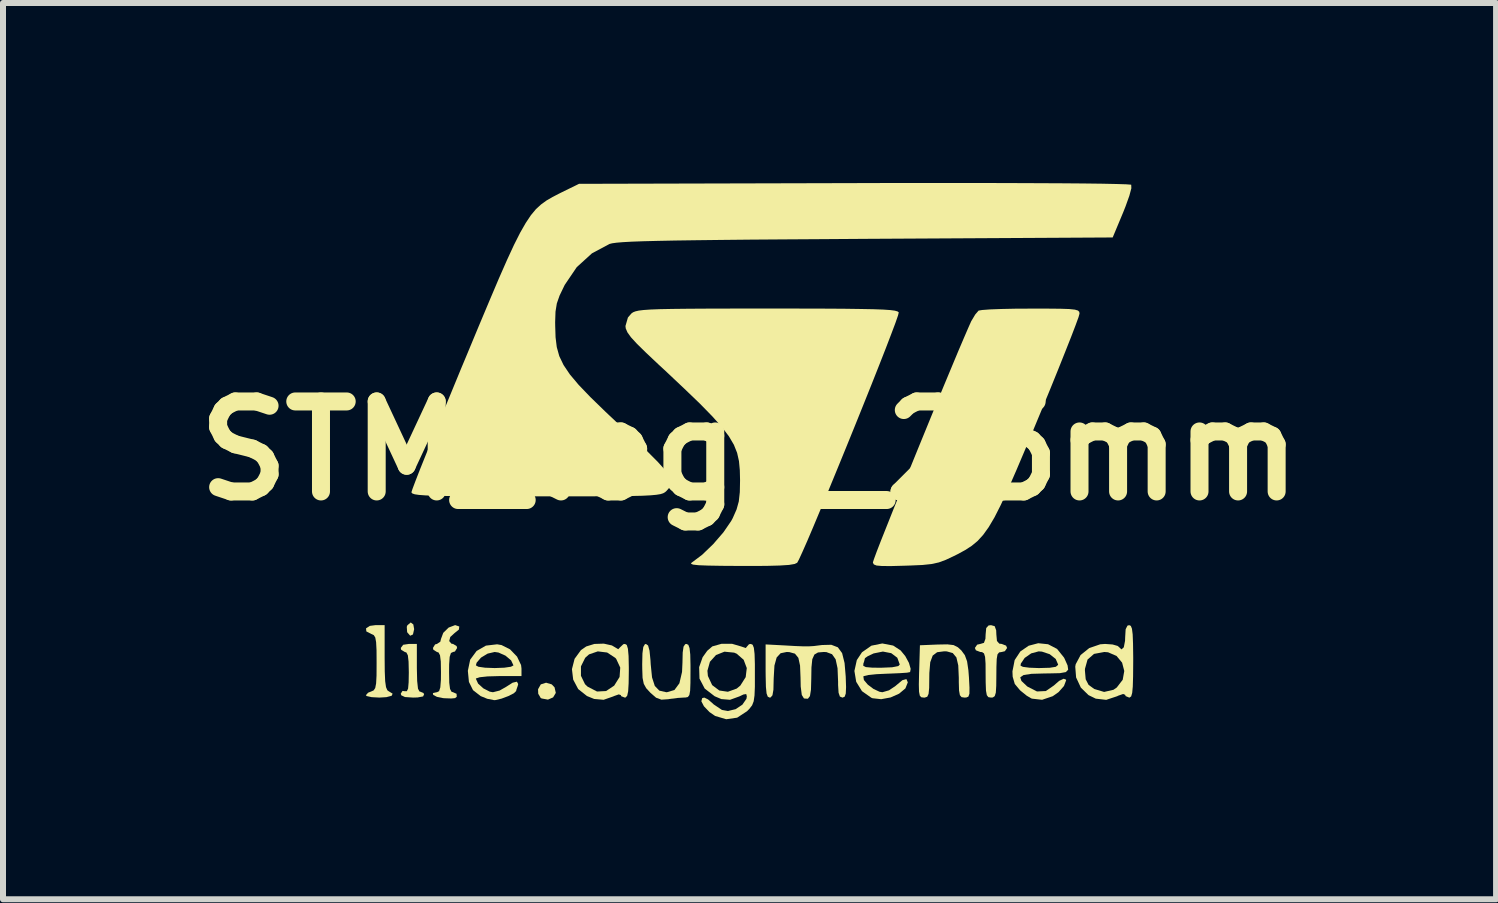
<source format=kicad_pcb>
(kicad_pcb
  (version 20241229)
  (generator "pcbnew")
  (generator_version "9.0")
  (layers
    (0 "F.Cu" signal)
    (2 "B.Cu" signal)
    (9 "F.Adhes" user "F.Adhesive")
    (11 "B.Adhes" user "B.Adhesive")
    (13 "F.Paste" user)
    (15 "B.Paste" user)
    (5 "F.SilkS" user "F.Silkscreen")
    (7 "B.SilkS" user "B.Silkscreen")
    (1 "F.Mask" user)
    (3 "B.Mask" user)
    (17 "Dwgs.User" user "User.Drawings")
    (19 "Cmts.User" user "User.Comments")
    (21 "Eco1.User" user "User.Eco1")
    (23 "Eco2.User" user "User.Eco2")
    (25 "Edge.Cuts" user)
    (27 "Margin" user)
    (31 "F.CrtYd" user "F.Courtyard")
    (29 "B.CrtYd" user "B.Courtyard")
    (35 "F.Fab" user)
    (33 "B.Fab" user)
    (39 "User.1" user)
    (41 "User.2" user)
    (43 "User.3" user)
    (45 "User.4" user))
  (footprint "STM_logo_25mm"
    (layer "F.Cu")
    (at 9.443 4.463)
    (property "Reference" "STM_logo_25mm" (at 0 0 0) (layer "F.SilkS") (effects (font (size 1.5 1.5) (thickness 0.3))))
    (attr board_only exclude_from_pos_files exclude_from_bom)
    (fp_poly (pts (xy -5.604 2.895) (xy -5.59 2.974) (xy -5.61 3.062) (xy -5.656 3.083) (xy -5.704 3.028) (xy -5.707 3.021) (xy -5.713 2.935) (xy -5.703 2.909) (xy -5.647 2.862)) (stroke (width 0) (type solid)) (fill yes) (layer "F.SilkS"))
    (fp_poly (pts (xy -3.297 3.894) (xy -3.25 3.943) (xy -3.229 4.036) (xy -3.274 4.111) (xy -3.36 4.148) (xy -3.464 4.129) (xy -3.481 4.12) (xy -3.522 4.05) (xy -3.525 3.975) (xy -3.479 3.894) (xy -3.391 3.866)) (stroke (width 0) (type solid)) (fill yes) (layer "F.SilkS"))
    (fp_poly (pts (xy -5.545 3.622) (xy -5.54 3.837) (xy -5.526 3.966) (xy -5.501 4.013) (xy -5.495 4.013) (xy -5.436 4.037) (xy -5.424 4.058) (xy -5.441 4.095) (xy -5.533 4.112) (xy -5.608 4.114) (xy -5.743 4.105) (xy -5.805 4.076) (xy -5.813 4.048) (xy -5.784 4.003) (xy -5.746 4.008) (xy -5.712 4.008) (xy -5.691 3.964) (xy -5.682 3.861) (xy -5.679 3.694) (xy -5.683 3.516) (xy -5.695 3.41) (xy -5.72 3.362) (xy -5.746 3.354) (xy -5.806 3.318) (xy -5.813 3.287) (xy -5.773 3.234) (xy -5.679 3.22) (xy -5.545 3.22)) (stroke (width 0) (type solid)) (fill yes) (layer "F.SilkS"))
    (fp_poly (pts (xy -6.082 3.445) (xy -6.08 3.68) (xy -6.073 3.841) (xy -6.059 3.94) (xy -6.037 3.992) (xy -6.015 4.008) (xy -5.949 4.049) (xy -5.965 4.084) (xy -6.053 4.107) (xy -6.171 4.114) (xy -6.299 4.107) (xy -6.38 4.089) (xy -6.395 4.075) (xy -6.358 4.033) (xy -6.305 4.012) (xy -6.265 3.994) (xy -6.239 3.955) (xy -6.224 3.878) (xy -6.217 3.746) (xy -6.216 3.542) (xy -6.216 3.533) (xy -6.217 3.326) (xy -6.224 3.191) (xy -6.238 3.113) (xy -6.263 3.073) (xy -6.303 3.054) (xy -6.305 3.054) (xy -6.387 3.011) (xy -6.392 2.96) (xy -6.329 2.919) (xy -6.238 2.907) (xy -6.082 2.907)) (stroke (width 0) (type solid)) (fill yes) (layer "F.SilkS"))
    (fp_poly (pts (xy 4.086 2.924) (xy 4.111 2.993) (xy 4.114 3.063) (xy 4.124 3.171) (xy 4.163 3.215) (xy 4.204 3.22) (xy 4.276 3.248) (xy 4.293 3.287) (xy 4.256 3.341) (xy 4.204 3.354) (xy 4.16 3.361) (xy 4.133 3.394) (xy 4.12 3.47) (xy 4.115 3.607) (xy 4.114 3.734) (xy 4.112 3.919) (xy 4.105 4.032) (xy 4.087 4.09) (xy 4.055 4.112) (xy 4.025 4.114) (xy 3.981 4.107) (xy 3.955 4.074) (xy 3.941 3.998) (xy 3.936 3.861) (xy 3.935 3.734) (xy 3.934 3.549) (xy 3.926 3.436) (xy 3.908 3.378) (xy 3.876 3.356) (xy 3.846 3.354) (xy 3.773 3.326) (xy 3.756 3.287) (xy 3.794 3.232) (xy 3.846 3.22) (xy 3.907 3.202) (xy 3.932 3.134) (xy 3.935 3.063) (xy 3.945 2.955) (xy 3.984 2.912) (xy 4.025 2.907)) (stroke (width 0) (type solid)) (fill yes) (layer "F.SilkS"))
    (fp_poly (pts (xy 3.401 3.239) (xy 3.472 3.275) (xy 3.531 3.329) (xy 3.589 3.408) (xy 3.626 3.51) (xy 3.648 3.661) (xy 3.657 3.777) (xy 3.666 3.948) (xy 3.665 4.049) (xy 3.648 4.098) (xy 3.612 4.113) (xy 3.583 4.114) (xy 3.534 4.107) (xy 3.506 4.074) (xy 3.492 3.997) (xy 3.488 3.855) (xy 3.488 3.784) (xy 3.479 3.578) (xy 3.448 3.445) (xy 3.387 3.372) (xy 3.287 3.344) (xy 3.242 3.343) (xy 3.127 3.358) (xy 3.053 3.414) (xy 3.012 3.524) (xy 2.997 3.704) (xy 2.996 3.784) (xy 2.994 3.954) (xy 2.984 4.053) (xy 2.962 4.1) (xy 2.921 4.114) (xy 2.905 4.114) (xy 2.863 4.109) (xy 2.838 4.082) (xy 2.825 4.016) (xy 2.822 3.897) (xy 2.826 3.706) (xy 2.827 3.678) (xy 2.84 3.242) (xy 3.133 3.23) (xy 3.297 3.227)) (stroke (width 0) (type solid)) (fill yes) (layer "F.SilkS"))
    (fp_poly (pts (xy -1.02 3.235) (xy -1 3.289) (xy -0.988 3.397) (xy -0.984 3.574) (xy -0.984 3.666) (xy -0.985 3.869) (xy -0.99 3.999) (xy -1.003 4.072) (xy -1.028 4.105) (xy -1.068 4.113) (xy -1.084 4.113) (xy -1.197 4.12) (xy -1.338 4.138) (xy -1.351 4.141) (xy -1.469 4.149) (xy -1.558 4.116) (xy -1.653 4.033) (xy -1.723 3.957) (xy -1.763 3.884) (xy -1.783 3.786) (xy -1.788 3.638) (xy -1.789 3.559) (xy -1.785 3.377) (xy -1.771 3.271) (xy -1.744 3.225) (xy -1.727 3.22) (xy -1.691 3.246) (xy -1.667 3.332) (xy -1.651 3.49) (xy -1.647 3.56) (xy -1.625 3.778) (xy -1.579 3.92) (xy -1.504 3.998) (xy -1.391 4.024) (xy -1.378 4.025) (xy -1.252 3.988) (xy -1.169 3.876) (xy -1.125 3.687) (xy -1.118 3.533) (xy -1.114 3.363) (xy -1.1 3.265) (xy -1.072 3.224) (xy -1.051 3.22)) (stroke (width 0) (type solid)) (fill yes) (layer "F.SilkS"))
    (fp_poly (pts (xy -4.838 2.929) (xy -4.844 2.98) (xy -4.919 3.041) (xy -4.919 3.041) (xy -4.988 3.104) (xy -5.006 3.172) (xy -4.968 3.216) (xy -4.941 3.22) (xy -4.882 3.256) (xy -4.874 3.287) (xy -4.91 3.346) (xy -4.941 3.354) (xy -4.977 3.371) (xy -4.998 3.435) (xy -5.007 3.561) (xy -5.008 3.689) (xy -5.005 3.866) (xy -4.992 3.97) (xy -4.967 4.017) (xy -4.941 4.025) (xy -4.883 4.051) (xy -4.88 4.101) (xy -4.908 4.123) (xy -4.971 4.129) (xy -5.083 4.125) (xy -5.109 4.123) (xy -5.21 4.102) (xy -5.272 4.07) (xy -5.278 4.039) (xy -5.216 4.025) (xy -5.21 4.025) (xy -5.174 4.007) (xy -5.154 3.944) (xy -5.144 3.818) (xy -5.143 3.689) (xy -5.146 3.512) (xy -5.159 3.409) (xy -5.184 3.362) (xy -5.21 3.354) (xy -5.269 3.318) (xy -5.277 3.287) (xy -5.241 3.228) (xy -5.21 3.22) (xy -5.154 3.183) (xy -5.143 3.137) (xy -5.105 3.035) (xy -5.015 2.947) (xy -4.909 2.907) (xy -4.904 2.907)) (stroke (width 0) (type solid)) (fill yes) (layer "F.SilkS"))
    (fp_poly (pts (xy -2.294 3.245) (xy -2.25 3.271) (xy -2.188 3.308) (xy -2.158 3.276) (xy -2.103 3.224) (xy -2.076 3.22) (xy -2.046 3.237) (xy -2.027 3.3) (xy -2.016 3.421) (xy -2.012 3.614) (xy -2.012 3.667) (xy -2.015 3.875) (xy -2.023 4.009) (xy -2.039 4.083) (xy -2.065 4.112) (xy -2.079 4.114) (xy -2.139 4.091) (xy -2.146 4.072) (xy -2.18 4.061) (xy -2.262 4.09) (xy -2.269 4.094) (xy -2.432 4.151) (xy -2.59 4.137) (xy -2.71 4.088) (xy -2.856 3.972) (xy -2.939 3.815) (xy -2.947 3.751) (xy -2.81 3.751) (xy -2.742 3.891) (xy -2.699 3.932) (xy -2.542 4.013) (xy -2.391 4.005) (xy -2.256 3.915) (xy -2.166 3.771) (xy -2.155 3.614) (xy -2.223 3.468) (xy -2.238 3.452) (xy -2.373 3.363) (xy -2.529 3.344) (xy -2.675 3.394) (xy -2.739 3.451) (xy -2.81 3.594) (xy -2.81 3.751) (xy -2.947 3.751) (xy -2.96 3.64) (xy -2.916 3.468) (xy -2.81 3.323) (xy -2.722 3.262) (xy -2.586 3.22) (xy -2.429 3.215)) (stroke (width 0) (type solid)) (fill yes) (layer "F.SilkS"))
    (fp_poly (pts (xy -4.133 3.239) (xy -3.992 3.31) (xy -3.875 3.431) (xy -3.808 3.572) (xy -3.801 3.629) (xy -3.801 3.756) (xy -4.181 3.756) (xy -4.366 3.761) (xy -4.497 3.775) (xy -4.559 3.795) (xy -4.561 3.801) (xy -4.524 3.881) (xy -4.436 3.961) (xy -4.33 4.015) (xy -4.277 4.025) (xy -4.166 3.997) (xy -4.057 3.935) (xy -3.949 3.866) (xy -3.877 3.849) (xy -3.856 3.888) (xy -3.863 3.917) (xy -3.887 3.987) (xy -3.89 4.005) (xy -3.928 4.042) (xy -4.02 4.089) (xy -4.132 4.131) (xy -4.231 4.155) (xy -4.257 4.157) (xy -4.372 4.134) (xy -4.482 4.089) (xy -4.609 3.99) (xy -4.677 3.853) (xy -4.695 3.668) (xy -4.676 3.577) (xy -4.561 3.577) (xy -4.52 3.6) (xy -4.409 3.616) (xy -4.249 3.622) (xy -4.248 3.622) (xy -4.088 3.616) (xy -3.977 3.6) (xy -3.935 3.578) (xy -3.935 3.577) (xy -3.974 3.494) (xy -4.068 3.415) (xy -4.185 3.363) (xy -4.248 3.354) (xy -4.365 3.381) (xy -4.476 3.448) (xy -4.549 3.533) (xy -4.561 3.577) (xy -4.676 3.577) (xy -4.656 3.482) (xy -4.549 3.337) (xy -4.394 3.248) (xy -4.207 3.226)) (stroke (width 0) (type solid)) (fill yes) (layer "F.SilkS"))
    (fp_poly (pts (xy 6.355 2.919) (xy 6.374 2.966) (xy 6.386 3.06) (xy 6.392 3.215) (xy 6.395 3.442) (xy 6.395 3.51) (xy 6.393 3.758) (xy 6.388 3.929) (xy 6.378 4.036) (xy 6.361 4.094) (xy 6.335 4.113) (xy 6.328 4.114) (xy 6.268 4.089) (xy 6.261 4.068) (xy 6.227 4.054) (xy 6.141 4.084) (xy 6.129 4.091) (xy 5.945 4.152) (xy 5.771 4.132) (xy 5.65 4.073) (xy 5.522 3.948) (xy 5.443 3.778) (xy 5.434 3.663) (xy 5.59 3.663) (xy 5.603 3.809) (xy 5.651 3.902) (xy 5.746 3.971) (xy 5.91 4.02) (xy 6.066 3.984) (xy 6.121 3.946) (xy 6.22 3.817) (xy 6.246 3.671) (xy 6.21 3.532) (xy 6.117 3.42) (xy 5.976 3.359) (xy 5.914 3.354) (xy 5.742 3.386) (xy 5.634 3.48) (xy 5.591 3.634) (xy 5.59 3.663) (xy 5.434 3.663) (xy 5.429 3.599) (xy 5.436 3.559) (xy 5.518 3.405) (xy 5.662 3.289) (xy 5.845 3.226) (xy 5.926 3.22) (xy 6.051 3.229) (xy 6.135 3.253) (xy 6.149 3.264) (xy 6.2 3.311) (xy 6.238 3.276) (xy 6.259 3.168) (xy 6.261 3.108) (xy 6.269 2.975) (xy 6.299 2.915) (xy 6.328 2.907)) (stroke (width 0) (type solid)) (fill yes) (layer "F.SilkS"))
    (fp_poly (pts (xy 2.394 3.247) (xy 2.518 3.328) (xy 2.596 3.423) (xy 2.657 3.536) (xy 2.686 3.636) (xy 2.676 3.689) (xy 2.625 3.699) (xy 2.508 3.707) (xy 2.346 3.714) (xy 2.289 3.716) (xy 2.116 3.724) (xy 1.981 3.738) (xy 1.905 3.756) (xy 1.897 3.762) (xy 1.906 3.821) (xy 1.971 3.898) (xy 2.066 3.97) (xy 2.167 4.017) (xy 2.214 4.025) (xy 2.325 3.993) (xy 2.436 3.918) (xy 2.441 3.913) (xy 2.548 3.824) (xy 2.615 3.806) (xy 2.638 3.86) (xy 2.598 3.961) (xy 2.493 4.049) (xy 2.351 4.112) (xy 2.194 4.141) (xy 2.051 4.125) (xy 2.03 4.117) (xy 1.874 4.007) (xy 1.778 3.851) (xy 1.748 3.67) (xy 1.767 3.585) (xy 1.896 3.585) (xy 1.939 3.606) (xy 2.041 3.615) (xy 2.187 3.617) (xy 2.377 3.609) (xy 2.481 3.588) (xy 2.504 3.563) (xy 2.463 3.45) (xy 2.362 3.374) (xy 2.223 3.347) (xy 2.069 3.378) (xy 2.066 3.379) (xy 1.971 3.424) (xy 1.924 3.457) (xy 1.923 3.46) (xy 1.909 3.515) (xy 1.897 3.549) (xy 1.896 3.585) (xy 1.767 3.585) (xy 1.788 3.489) (xy 1.874 3.359) (xy 2.031 3.249) (xy 2.213 3.212)) (stroke (width 0) (type solid)) (fill yes) (layer "F.SilkS"))
    (fp_poly (pts (xy 4.976 3.225) (xy 5.126 3.303) (xy 5.243 3.449) (xy 5.252 3.468) (xy 5.301 3.578) (xy 5.311 3.649) (xy 5.273 3.689) (xy 5.173 3.707) (xy 4.999 3.711) (xy 4.919 3.712) (xy 4.701 3.718) (xy 4.567 3.738) (xy 4.512 3.777) (xy 4.532 3.837) (xy 4.623 3.923) (xy 4.634 3.932) (xy 4.791 4.012) (xy 4.939 4.005) (xy 5.072 3.913) (xy 5.16 3.836) (xy 5.236 3.8) (xy 5.275 3.815) (xy 5.277 3.826) (xy 5.241 3.921) (xy 5.151 4.023) (xy 5.054 4.091) (xy 4.876 4.151) (xy 4.709 4.132) (xy 4.695 4.127) (xy 4.619 4.082) (xy 4.52 4.002) (xy 4.505 3.988) (xy 4.421 3.887) (xy 4.386 3.767) (xy 4.382 3.677) (xy 4.401 3.582) (xy 4.517 3.582) (xy 4.557 3.602) (xy 4.665 3.616) (xy 4.817 3.622) (xy 4.83 3.622) (xy 5.005 3.617) (xy 5.105 3.601) (xy 5.142 3.57) (xy 5.143 3.562) (xy 5.103 3.47) (xy 5.003 3.391) (xy 4.874 3.348) (xy 4.819 3.344) (xy 4.695 3.377) (xy 4.586 3.453) (xy 4.522 3.548) (xy 4.517 3.582) (xy 4.401 3.582) (xy 4.419 3.489) (xy 4.514 3.345) (xy 4.652 3.25) (xy 4.812 3.208)) (stroke (width 0) (type solid)) (fill yes) (layer "F.SilkS"))
    (fp_poly (pts (xy 0.57 3.244) (xy 0.765 3.255) (xy 0.896 3.26) (xy 0.99 3.26) (xy 1.072 3.255) (xy 1.167 3.243) (xy 1.208 3.238) (xy 1.363 3.234) (xy 1.472 3.276) (xy 1.543 3.373) (xy 1.584 3.538) (xy 1.603 3.761) (xy 1.609 3.94) (xy 1.604 4.047) (xy 1.586 4.099) (xy 1.552 4.114) (xy 1.548 4.114) (xy 1.506 4.097) (xy 1.484 4.033) (xy 1.476 3.904) (xy 1.476 3.849) (xy 1.467 3.625) (xy 1.435 3.476) (xy 1.375 3.391) (xy 1.281 3.356) (xy 1.236 3.354) (xy 1.141 3.362) (xy 1.081 3.397) (xy 1.046 3.475) (xy 1.032 3.612) (xy 1.029 3.802) (xy 1.024 3.983) (xy 1.007 4.089) (xy 0.973 4.133) (xy 0.916 4.13) (xy 0.906 4.127) (xy 0.871 4.07) (xy 0.853 3.93) (xy 0.85 3.784) (xy 0.842 3.581) (xy 0.814 3.452) (xy 0.757 3.382) (xy 0.663 3.356) (xy 0.619 3.354) (xy 0.518 3.375) (xy 0.452 3.446) (xy 0.415 3.58) (xy 0.403 3.788) (xy 0.402 3.82) (xy 0.398 3.984) (xy 0.382 4.076) (xy 0.351 4.112) (xy 0.335 4.114) (xy 0.304 4.099) (xy 0.284 4.045) (xy 0.273 3.936) (xy 0.269 3.758) (xy 0.268 3.671) (xy 0.268 3.228)) (stroke (width 0) (type solid)) (fill yes) (layer "F.SilkS"))
    (fp_poly (pts (xy 4.973 -2.369) (xy 5.184 -2.367) (xy 5.33 -2.362) (xy 5.423 -2.352) (xy 5.474 -2.337) (xy 5.496 -2.315) (xy 5.5 -2.286) (xy 5.484 -2.228) (xy 5.436 -2.096) (xy 5.361 -1.9) (xy 5.262 -1.65) (xy 5.144 -1.354) (xy 5.009 -1.021) (xy 4.861 -0.662) (xy 4.801 -0.518) (xy 4.61 -0.058) (xy 4.447 0.326) (xy 4.308 0.644) (xy 4.188 0.903) (xy 4.083 1.11) (xy 3.986 1.274) (xy 3.894 1.402) (xy 3.801 1.504) (xy 3.703 1.585) (xy 3.595 1.655) (xy 3.472 1.722) (xy 3.408 1.754) (xy 3.272 1.818) (xy 3.156 1.861) (xy 3.034 1.888) (xy 2.883 1.904) (xy 2.677 1.913) (xy 2.583 1.916) (xy 2.358 1.922) (xy 2.207 1.921) (xy 2.117 1.913) (xy 2.072 1.895) (xy 2.057 1.867) (xy 2.057 1.858) (xy 2.074 1.805) (xy 2.12 1.68) (xy 2.193 1.492) (xy 2.289 1.251) (xy 2.402 0.967) (xy 2.53 0.65) (xy 2.668 0.31) (xy 2.812 -0.044) (xy 2.958 -0.401) (xy 3.101 -0.751) (xy 3.239 -1.084) (xy 3.367 -1.391) (xy 3.48 -1.662) (xy 3.576 -1.887) (xy 3.649 -2.056) (xy 3.695 -2.159) (xy 3.701 -2.169) (xy 3.762 -2.271) (xy 3.816 -2.334) (xy 3.818 -2.336) (xy 3.877 -2.346) (xy 4.01 -2.356) (xy 4.203 -2.363) (xy 4.439 -2.368) (xy 4.684 -2.369)) (stroke (width 0) (type solid)) (fill yes) (layer "F.SilkS"))
    (fp_poly (pts (xy -0.29 3.218) (xy -0.14 3.262) (xy -0.062 3.288) (xy -0.045 3.266) (xy -0.009 3.225) (xy 0.022 3.22) (xy 0.052 3.234) (xy 0.072 3.285) (xy 0.084 3.388) (xy 0.089 3.557) (xy 0.089 3.715) (xy 0.089 3.932) (xy 0.083 4.079) (xy 0.069 4.176) (xy 0.043 4.243) (xy -0.001 4.3) (xy -0.041 4.341) (xy -0.206 4.449) (xy -0.389 4.475) (xy -0.574 4.42) (xy -0.667 4.356) (xy -0.76 4.259) (xy -0.803 4.176) (xy -0.789 4.123) (xy -0.754 4.114) (xy -0.692 4.144) (xy -0.607 4.218) (xy -0.6 4.226) (xy -0.46 4.32) (xy -0.36 4.338) (xy -0.231 4.307) (xy -0.119 4.232) (xy -0.052 4.135) (xy -0.045 4.094) (xy -0.055 4.055) (xy -0.103 4.063) (xy -0.168 4.094) (xy -0.325 4.151) (xy -0.47 4.139) (xy -0.581 4.092) (xy -0.747 3.964) (xy -0.834 3.798) (xy -0.838 3.667) (xy -0.702 3.667) (xy -0.694 3.754) (xy -0.623 3.906) (xy -0.504 3.996) (xy -0.361 4.017) (xy -0.214 3.964) (xy -0.154 3.915) (xy -0.064 3.773) (xy -0.046 3.622) (xy -0.098 3.484) (xy -0.214 3.383) (xy -0.256 3.365) (xy -0.418 3.349) (xy -0.559 3.405) (xy -0.66 3.517) (xy -0.702 3.667) (xy -0.838 3.667) (xy -0.84 3.607) (xy -0.782 3.442) (xy -0.705 3.334) (xy -0.62 3.261) (xy -0.468 3.218)) (stroke (width 0) (type solid)) (fill yes) (layer "F.SilkS"))
    (fp_poly (pts (xy 0.801 -2.37) (xy 1.222 -2.369) (xy 1.569 -2.367) (xy 1.847 -2.363) (xy 2.064 -2.359) (xy 2.228 -2.353) (xy 2.345 -2.345) (xy 2.422 -2.335) (xy 2.467 -2.322) (xy 2.486 -2.308) (xy 2.487 -2.305) (xy 2.475 -2.255) (xy 2.432 -2.131) (xy 2.362 -1.945) (xy 2.27 -1.705) (xy 2.159 -1.422) (xy 2.033 -1.104) (xy 1.896 -0.762) (xy 1.752 -0.405) (xy 1.605 -0.043) (xy 1.459 0.314) (xy 1.318 0.657) (xy 1.185 0.975) (xy 1.066 1.26) (xy 0.963 1.502) (xy 0.88 1.69) (xy 0.822 1.816) (xy 0.794 1.867) (xy 0.752 1.887) (xy 0.658 1.903) (xy 0.503 1.913) (xy 0.278 1.919) (xy -0.024 1.92) (xy -0.151 1.92) (xy -0.461 1.918) (xy -0.69 1.914) (xy -0.847 1.908) (xy -0.94 1.898) (xy -0.976 1.884) (xy -0.966 1.866) (xy -0.963 1.864) (xy -0.79 1.734) (xy -0.605 1.556) (xy -0.435 1.359) (xy -0.306 1.171) (xy -0.28 1.123) (xy -0.216 0.978) (xy -0.179 0.845) (xy -0.162 0.69) (xy -0.158 0.492) (xy -0.162 0.323) (xy -0.176 0.173) (xy -0.207 0.035) (xy -0.261 -0.1) (xy -0.344 -0.241) (xy -0.462 -0.396) (xy -0.62 -0.573) (xy -0.825 -0.783) (xy -1.083 -1.031) (xy -1.399 -1.329) (xy -1.515 -1.436) (xy -1.724 -1.633) (xy -1.875 -1.781) (xy -1.976 -1.891) (xy -2.035 -1.973) (xy -2.063 -2.038) (xy -2.068 -2.079) (xy -2.027 -2.221) (xy -1.968 -2.289) (xy -1.941 -2.308) (xy -1.903 -2.323) (xy -1.847 -2.336) (xy -1.765 -2.346) (xy -1.649 -2.354) (xy -1.492 -2.36) (xy -1.286 -2.364) (xy -1.023 -2.367) (xy -0.696 -2.369) (xy -0.296 -2.37) (xy 0.184 -2.37) (xy 0.297 -2.37)) (stroke (width 0) (type solid)) (fill yes) (layer "F.SilkS"))
    (fp_poly (pts (xy 3.686 -4.463) (xy 4.243 -4.462) (xy 4.745 -4.46) (xy 5.189 -4.458) (xy 5.569 -4.455) (xy 5.881 -4.451) (xy 6.119 -4.446) (xy 6.279 -4.441) (xy 6.356 -4.435) (xy 6.362 -4.433) (xy 6.364 -4.375) (xy 6.331 -4.251) (xy 6.268 -4.075) (xy 6.228 -3.974) (xy 6.053 -3.555) (xy 1.942 -3.532) (xy 1.218 -3.527) (xy 0.577 -3.523) (xy 0.017 -3.519) (xy -0.47 -3.514) (xy -0.887 -3.509) (xy -1.24 -3.504) (xy -1.534 -3.498) (xy -1.773 -3.492) (xy -1.963 -3.485) (xy -2.109 -3.477) (xy -2.216 -3.468) (xy -2.289 -3.458) (xy -2.333 -3.447) (xy -2.333 -3.447) (xy -2.627 -3.29) (xy -2.88 -3.06) (xy -3.078 -2.768) (xy -3.086 -2.753) (xy -3.166 -2.587) (xy -3.212 -2.455) (xy -3.234 -2.319) (xy -3.24 -2.142) (xy -3.239 -2.079) (xy -3.233 -1.891) (xy -3.213 -1.728) (xy -3.171 -1.577) (xy -3.1 -1.429) (xy -2.995 -1.273) (xy -2.848 -1.098) (xy -2.651 -0.893) (xy -2.399 -0.648) (xy -2.191 -0.452) (xy -1.911 -0.188) (xy -1.691 0.023) (xy -1.526 0.189) (xy -1.41 0.318) (xy -1.339 0.416) (xy -1.305 0.493) (xy -1.305 0.555) (xy -1.332 0.61) (xy -1.381 0.666) (xy -1.386 0.671) (xy -1.41 0.692) (xy -1.44 0.709) (xy -1.485 0.723) (xy -1.553 0.734) (xy -1.651 0.743) (xy -1.787 0.75) (xy -1.97 0.754) (xy -2.206 0.757) (xy -2.505 0.759) (xy -2.874 0.76) (xy -3.321 0.76) (xy -3.555 0.76) (xy -4.044 0.76) (xy -4.45 0.759) (xy -4.782 0.757) (xy -5.047 0.754) (xy -5.251 0.75) (xy -5.403 0.744) (xy -5.51 0.736) (xy -5.579 0.726) (xy -5.618 0.713) (xy -5.633 0.698) (xy -5.635 0.69) (xy -5.618 0.637) (xy -5.57 0.509) (xy -5.494 0.314) (xy -5.392 0.06) (xy -5.27 -0.244) (xy -5.128 -0.591) (xy -4.971 -0.973) (xy -4.803 -1.381) (xy -4.733 -1.548) (xy -4.519 -2.063) (xy -4.335 -2.501) (xy -4.178 -2.871) (xy -4.043 -3.178) (xy -3.926 -3.431) (xy -3.823 -3.635) (xy -3.73 -3.797) (xy -3.644 -3.926) (xy -3.561 -4.026) (xy -3.475 -4.105) (xy -3.384 -4.171) (xy -3.284 -4.229) (xy -3.17 -4.288) (xy -3.14 -4.303) (xy -2.842 -4.449) (xy 1.74 -4.461) (xy 2.43 -4.463) (xy 3.08 -4.463)) (stroke (width 0) (type solid)) (fill yes) (layer "F.SilkS")))
  (gr_rect
    (start -3 -3)
    (end 21.886 11.939)
    (stroke (width 0.1) (type default))
    (fill no)
    (layer "Edge.Cuts")))
</source>
